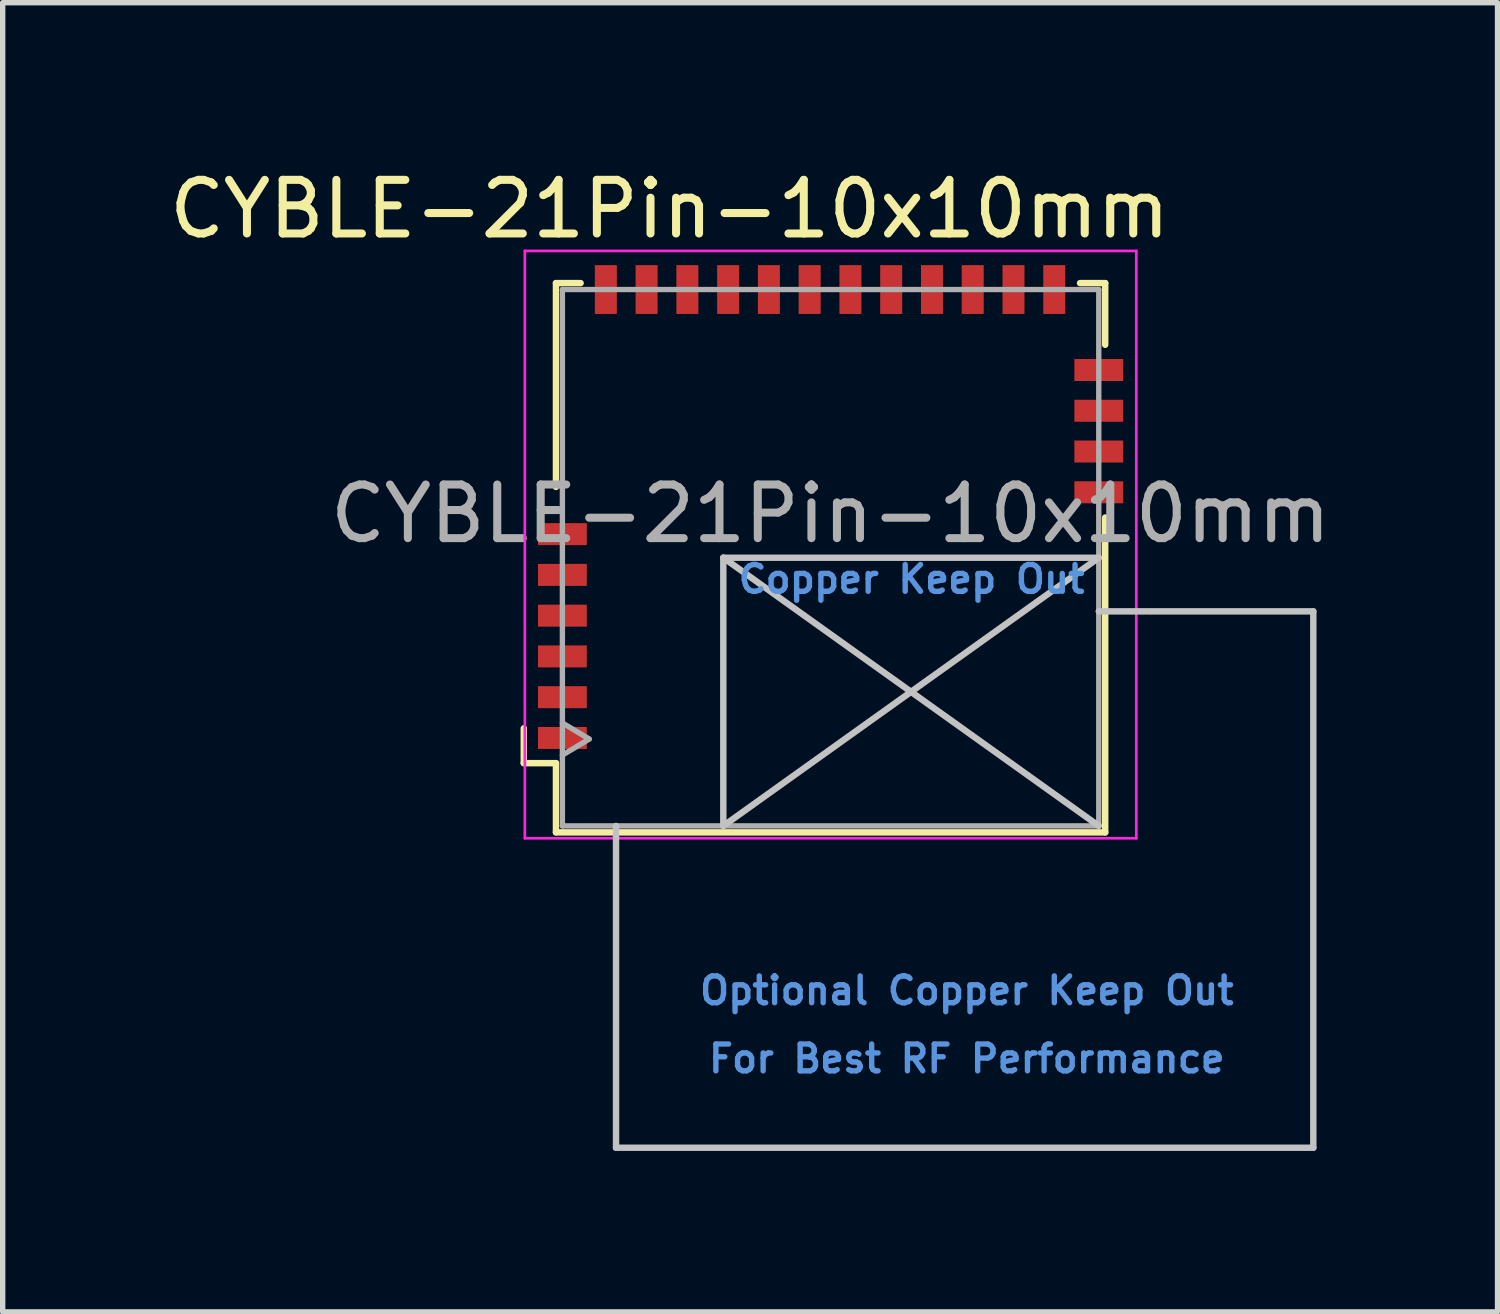
<source format=kicad_pcb>
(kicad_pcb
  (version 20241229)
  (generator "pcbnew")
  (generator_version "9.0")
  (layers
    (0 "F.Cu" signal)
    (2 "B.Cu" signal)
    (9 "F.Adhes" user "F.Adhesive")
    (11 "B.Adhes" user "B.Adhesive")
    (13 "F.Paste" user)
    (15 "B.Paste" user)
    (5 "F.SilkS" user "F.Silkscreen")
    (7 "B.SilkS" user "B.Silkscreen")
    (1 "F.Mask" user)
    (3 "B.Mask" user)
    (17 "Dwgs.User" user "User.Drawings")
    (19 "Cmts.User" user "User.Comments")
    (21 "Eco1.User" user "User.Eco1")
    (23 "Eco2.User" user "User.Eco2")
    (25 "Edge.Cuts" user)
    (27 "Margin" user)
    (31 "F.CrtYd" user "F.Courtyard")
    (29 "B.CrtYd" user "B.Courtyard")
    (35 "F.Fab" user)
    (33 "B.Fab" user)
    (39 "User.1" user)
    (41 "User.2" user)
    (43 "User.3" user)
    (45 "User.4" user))
  (footprint "CYBLE-21Pin-10x10mm"
    (layer "F.Cu")
    (at 12.435 6.528)
    (property "Reference" "CYBLE-21Pin-10x10mm" (at -3 -5.68 0) (layer "F.SilkS") (effects (font (size 1 1) (thickness 0.15))))
    (attr smd)
    (fp_line (start -5.72 4.65) (end -5.72 4) (stroke (width 0.12) (type solid)) (layer "F.SilkS"))
    (fp_line (start -5.12 -4.3) (end -5.12 -0.5) (stroke (width 0.12) (type solid)) (layer "F.SilkS"))
    (fp_line (start -5.12 4.65) (end -5.72 4.65) (stroke (width 0.12) (type solid)) (layer "F.SilkS"))
    (fp_line (start -5.12 4.65) (end -5.12 5.94) (stroke (width 0.12) (type solid)) (layer "F.SilkS"))
    (fp_line (start -5.12 5.94) (end 5.12 5.94) (stroke (width 0.12) (type solid)) (layer "F.SilkS"))
    (fp_line (start -4.66 -4.3) (end -5.12 -4.3) (stroke (width 0.12) (type solid)) (layer "F.SilkS"))
    (fp_line (start 5.12 -4.3) (end 4.65 -4.3) (stroke (width 0.12) (type solid)) (layer "F.SilkS"))
    (fp_line (start 5.12 -4.3) (end 5.12 -3.15) (stroke (width 0.12) (type solid)) (layer "F.SilkS"))
    (fp_line (start 5.12 5.94) (end 5.12 0.07) (stroke (width 0.12) (type solid)) (layer "F.SilkS"))
    (fp_line (start -4 11.82) (end -4 5.82) (stroke (width 0.12) (type solid)) (layer "Dwgs.User"))
    (fp_line (start -2 0.82) (end -2 5.82) (stroke (width 0.12) (type solid)) (layer "Dwgs.User"))
    (fp_line (start -2 0.82) (end 5 5.82) (stroke (width 0.12) (type solid)) (layer "Dwgs.User"))
    (fp_line (start 5 0.82) (end -2 0.82) (stroke (width 0.12) (type solid)) (layer "Dwgs.User"))
    (fp_line (start 5 0.82) (end -2 5.82) (stroke (width 0.12) (type solid)) (layer "Dwgs.User"))
    (fp_line (start 5 1.82) (end 9 1.82) (stroke (width 0.12) (type solid)) (layer "Dwgs.User"))
    (fp_line (start 9 1.82) (end 9 11.82) (stroke (width 0.12) (type solid)) (layer "Dwgs.User"))
    (fp_line (start 9 11.82) (end -4 11.82) (stroke (width 0.12) (type solid)) (layer "Dwgs.User"))
    (fp_line (start -5.7 -4.9) (end -5.7 6.05) (stroke (width 0.05) (type solid)) (layer "F.CrtYd"))
    (fp_line (start -5.7 6.05) (end 5.7 6.05) (stroke (width 0.05) (type solid)) (layer "F.CrtYd"))
    (fp_line (start 5.7 -4.9) (end -5.7 -4.9) (stroke (width 0.05) (type solid)) (layer "F.CrtYd"))
    (fp_line (start 5.7 6.05) (end 5.7 -4.9) (stroke (width 0.05) (type solid)) (layer "F.CrtYd"))
    (fp_line (start -5 -4.18) (end 5 -4.18) (stroke (width 0.1) (type solid)) (layer "F.Fab"))
    (fp_line (start -5 3.9) (end -4.5 4.2) (stroke (width 0.1) (type solid)) (layer "F.Fab"))
    (fp_line (start -5 5.82) (end -5 -4.18) (stroke (width 0.1) (type solid)) (layer "F.Fab"))
    (fp_line (start -4.5 4.2) (end -5 4.5) (stroke (width 0.1) (type solid)) (layer "F.Fab"))
    (fp_line (start 5 -4.18) (end 5 5.82) (stroke (width 0.1) (type solid)) (layer "F.Fab"))
    (fp_line (start 5 5.82) (end -5 5.82) (stroke (width 0.1) (type solid)) (layer "F.Fab"))
    (fp_text user "Copper Keep Out" (at 1.51 1.22 0) (layer "Cmts.User") (effects (font (size 0.5 0.5) (thickness 0.1))))
    (fp_text user "For Best RF Performance" (at 2.54 10.16 0) (layer "Cmts.User") (effects (font (size 0.5 0.5) (thickness 0.1))))
    (fp_text user "Optional Copper Keep Out" (at 2.54 8.89 0) (layer "Cmts.User") (effects (font (size 0.5 0.5) (thickness 0.1))))
    (fp_text user "${REFERENCE}" (at 0 0 0) (layer "F.Fab") (effects (font (size 1 1) (thickness 0.15))))
    (pad "1" smd rect (at -5 4.18) (size 0.91 0.41) (layers "F.Cu" "F.Mask" "F.Paste"))
    (pad "2" smd rect (at -5 3.42) (size 0.91 0.41) (layers "F.Cu" "F.Mask" "F.Paste"))
    (pad "3" smd rect (at -5 2.66) (size 0.91 0.41) (layers "F.Cu" "F.Mask" "F.Paste"))
    (pad "4" smd rect (at -5 1.9) (size 0.91 0.41) (layers "F.Cu" "F.Mask" "F.Paste"))
    (pad "5" smd rect (at -5 1.14) (size 0.91 0.41) (layers "F.Cu" "F.Mask" "F.Paste"))
    (pad "6" smd rect (at -5 0.38) (size 0.91 0.41) (layers "F.Cu" "F.Mask" "F.Paste"))
    (pad "6" smd rect (at -4.19 -4.18) (size 0.41 0.91) (layers "F.Cu" "F.Mask" "F.Paste"))
    (pad "7" smd rect (at -3.43 -4.18) (size 0.41 0.91) (layers "F.Cu" "F.Mask" "F.Paste"))
    (pad "8" smd rect (at -2.67 -4.18) (size 0.41 0.91) (layers "F.Cu" "F.Mask" "F.Paste"))
    (pad "9" smd rect (at -1.91 -4.18) (size 0.41 0.91) (layers "F.Cu" "F.Mask" "F.Paste"))
    (pad "10" smd rect (at -1.15 -4.18) (size 0.41 0.91) (layers "F.Cu" "F.Mask" "F.Paste"))
    (pad "11" smd rect (at -0.39 -4.18) (size 0.41 0.91) (layers "F.Cu" "F.Mask" "F.Paste"))
    (pad "12" smd rect (at 0.37 -4.18) (size 0.41 0.91) (layers "F.Cu" "F.Mask" "F.Paste"))
    (pad "13" smd rect (at 1.13 -4.18) (size 0.41 0.91) (layers "F.Cu" "F.Mask" "F.Paste"))
    (pad "14" smd rect (at 1.89 -4.18) (size 0.41 0.91) (layers "F.Cu" "F.Mask" "F.Paste"))
    (pad "15" smd rect (at 2.65 -4.18) (size 0.41 0.91) (layers "F.Cu" "F.Mask" "F.Paste"))
    (pad "16" smd rect (at 3.41 -4.18) (size 0.41 0.91) (layers "F.Cu" "F.Mask" "F.Paste"))
    (pad "17" smd rect (at 4.17 -4.18) (size 0.41 0.91) (layers "F.Cu" "F.Mask" "F.Paste"))
    (pad "18" smd rect (at 5 -2.68) (size 0.91 0.41) (layers "F.Cu" "F.Mask" "F.Paste"))
    (pad "19" smd rect (at 5 -1.92) (size 0.91 0.41) (layers "F.Cu" "F.Mask" "F.Paste"))
    (pad "20" smd rect (at 5 -1.16) (size 0.91 0.41) (layers "F.Cu" "F.Mask" "F.Paste"))
    (pad "21" smd rect (at 5 -0.4) (size 0.91 0.41) (layers "F.Cu" "F.Mask" "F.Paste")))
  (gr_rect
    (start -3 -3)
    (end 24.869 21.408)
    (stroke (width 0.1) (type default))
    (fill no)
    (layer "Edge.Cuts")))
</source>
